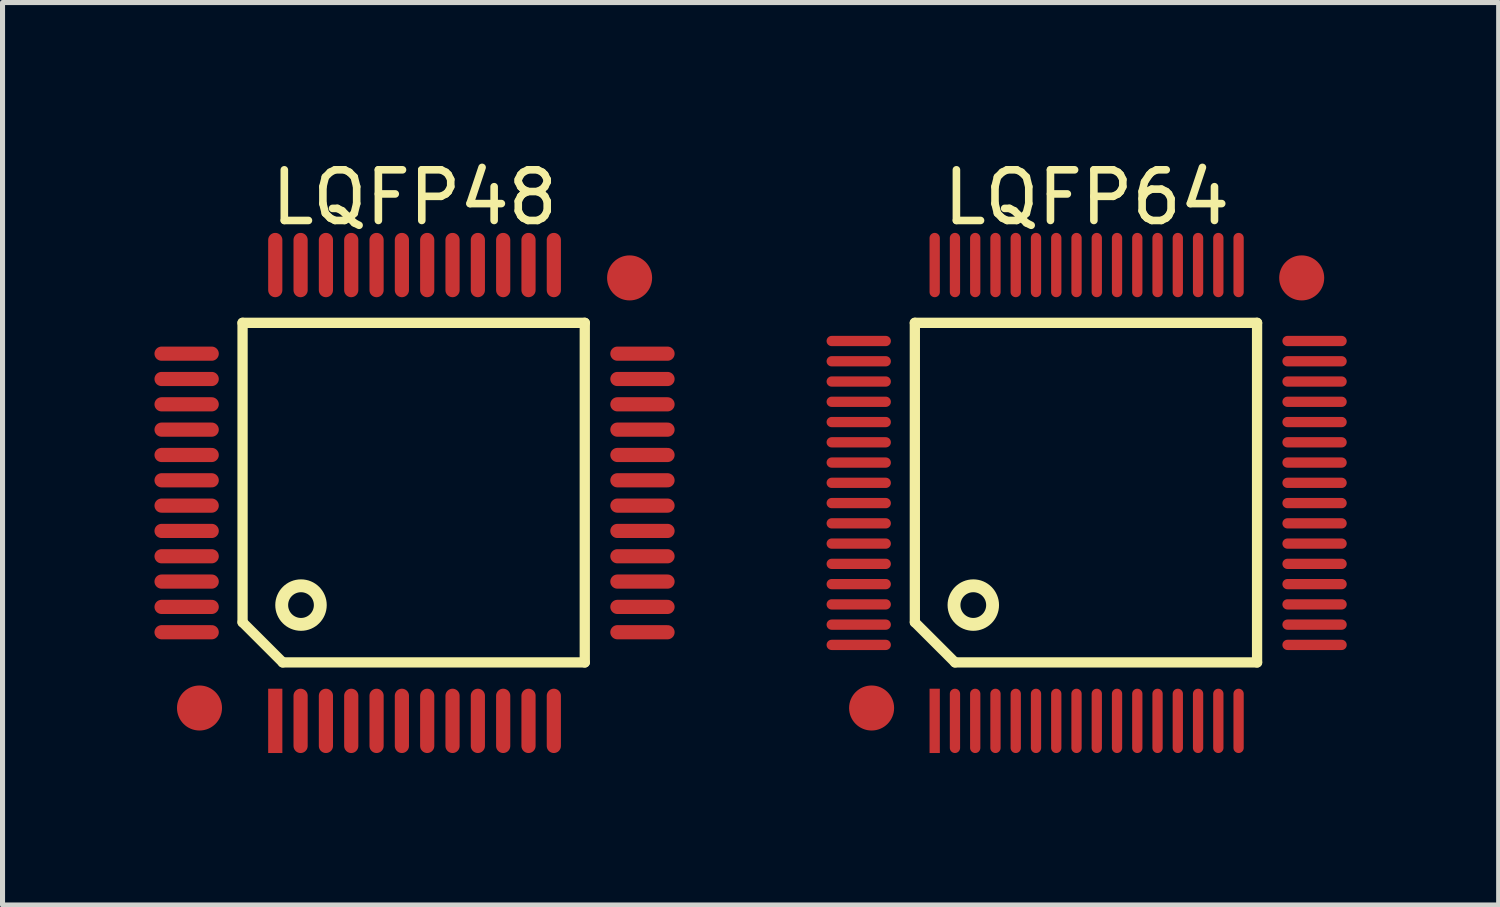
<source format=kicad_pcb>
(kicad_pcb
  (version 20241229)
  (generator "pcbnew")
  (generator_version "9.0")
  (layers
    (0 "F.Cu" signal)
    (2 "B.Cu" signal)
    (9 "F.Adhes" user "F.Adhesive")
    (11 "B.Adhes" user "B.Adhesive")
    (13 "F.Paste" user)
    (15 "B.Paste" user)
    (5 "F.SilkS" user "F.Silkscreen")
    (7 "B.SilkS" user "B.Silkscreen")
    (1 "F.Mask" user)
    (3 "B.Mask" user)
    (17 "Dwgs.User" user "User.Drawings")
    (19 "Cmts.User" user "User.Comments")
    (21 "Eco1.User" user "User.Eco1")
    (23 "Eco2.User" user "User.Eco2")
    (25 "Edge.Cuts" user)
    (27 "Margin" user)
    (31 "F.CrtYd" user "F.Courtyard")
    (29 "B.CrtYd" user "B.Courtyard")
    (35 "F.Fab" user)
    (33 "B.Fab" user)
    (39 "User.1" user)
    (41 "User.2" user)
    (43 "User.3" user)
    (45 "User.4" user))
  (footprint "LQFP48"
    (layer "F.Cu")
    (at 2.385 11.183)
    (property "Reference" "LQFP48" (at 2.75 -10.335 0) (layer "F.SilkS") (effects (font (size 1 1) (thickness 0.15))))
    (fp_line (start -0.646 -7.859) (end 6.111 -7.859) (stroke (width 0.203) (type solid)) (layer "F.SilkS"))
    (fp_line (start -0.646 -1.947) (end -0.646 -7.859) (stroke (width 0.203) (type solid)) (layer "F.SilkS"))
    (fp_line (start -0.646 -1.947) (end 0.148 -1.154) (stroke (width 0.2) (type solid)) (layer "F.SilkS"))
    (fp_line (start 0.148 -1.154) (end 6.111 -1.154) (stroke (width 0.203) (type solid)) (layer "F.SilkS"))
    (fp_line (start 6.111 -1.154) (end 6.111 -7.859) (stroke (width 0.203) (type solid)) (layer "F.SilkS"))
    (fp_circle (center 0.508 -2.286) (end 0.508 -2.667) (stroke (width 0.254) (type solid)) (fill no) (layer "F.SilkS"))
    (pad "0" smd circle (at -1.496 -0.254) (size 0.889 0.889) (layers "F.Cu" "F.Mask" "F.Paste"))
    (pad "0" smd circle (at 6.996 -8.746) (size 0.889 0.889) (layers "F.Cu" "F.Mask" "F.Paste"))
    (pad "1" smd rect (at 0 0) (size 0.28 1.27) (layers "F.Cu" "F.Mask" "F.Paste"))
    (pad "2" smd oval (at 0.5 0) (size 0.28 1.27) (layers "F.Cu" "F.Mask" "F.Paste"))
    (pad "3" smd oval (at 1 0) (size 0.28 1.27) (layers "F.Cu" "F.Mask" "F.Paste"))
    (pad "4" smd oval (at 1.5 0) (size 0.28 1.27) (layers "F.Cu" "F.Mask" "F.Paste"))
    (pad "5" smd oval (at 2 0) (size 0.28 1.27) (layers "F.Cu" "F.Mask" "F.Paste"))
    (pad "6" smd oval (at 2.5 0) (size 0.28 1.27) (layers "F.Cu" "F.Mask" "F.Paste"))
    (pad "7" smd oval (at 3 0) (size 0.28 1.27) (layers "F.Cu" "F.Mask" "F.Paste"))
    (pad "8" smd oval (at 3.5 0) (size 0.28 1.27) (layers "F.Cu" "F.Mask" "F.Paste"))
    (pad "9" smd oval (at 4 0) (size 0.28 1.27) (layers "F.Cu" "F.Mask" "F.Paste"))
    (pad "10" smd oval (at 4.5 0) (size 0.28 1.27) (layers "F.Cu" "F.Mask" "F.Paste"))
    (pad "11" smd oval (at 5 0) (size 0.28 1.27) (layers "F.Cu" "F.Mask" "F.Paste"))
    (pad "12" smd oval (at 5.5 0) (size 0.28 1.27) (layers "F.Cu" "F.Mask" "F.Paste"))
    (pad "13" smd oval (at 7.25 -1.75 90) (size 0.28 1.27) (layers "F.Cu" "F.Mask" "F.Paste"))
    (pad "14" smd oval (at 7.25 -2.25 90) (size 0.28 1.27) (layers "F.Cu" "F.Mask" "F.Paste"))
    (pad "15" smd oval (at 7.25 -2.75 90) (size 0.28 1.27) (layers "F.Cu" "F.Mask" "F.Paste"))
    (pad "16" smd oval (at 7.25 -3.25 90) (size 0.28 1.27) (layers "F.Cu" "F.Mask" "F.Paste"))
    (pad "17" smd oval (at 7.25 -3.75 90) (size 0.28 1.27) (layers "F.Cu" "F.Mask" "F.Paste"))
    (pad "18" smd oval (at 7.25 -4.25 90) (size 0.28 1.27) (layers "F.Cu" "F.Mask" "F.Paste"))
    (pad "19" smd oval (at 7.25 -4.75 90) (size 0.28 1.27) (layers "F.Cu" "F.Mask" "F.Paste"))
    (pad "20" smd oval (at 7.25 -5.25 90) (size 0.28 1.27) (layers "F.Cu" "F.Mask" "F.Paste"))
    (pad "21" smd oval (at 7.25 -5.75 90) (size 0.28 1.27) (layers "F.Cu" "F.Mask" "F.Paste"))
    (pad "22" smd oval (at 7.25 -6.25 90) (size 0.28 1.27) (layers "F.Cu" "F.Mask" "F.Paste"))
    (pad "23" smd oval (at 7.25 -6.75 90) (size 0.28 1.27) (layers "F.Cu" "F.Mask" "F.Paste"))
    (pad "24" smd oval (at 7.25 -7.25 90) (size 0.28 1.27) (layers "F.Cu" "F.Mask" "F.Paste"))
    (pad "25" smd oval (at 5.5 -9) (size 0.28 1.27) (layers "F.Cu" "F.Mask" "F.Paste"))
    (pad "26" smd oval (at 5 -9) (size 0.28 1.27) (layers "F.Cu" "F.Mask" "F.Paste"))
    (pad "27" smd oval (at 4.5 -9) (size 0.28 1.27) (layers "F.Cu" "F.Mask" "F.Paste"))
    (pad "28" smd oval (at 4 -9) (size 0.28 1.27) (layers "F.Cu" "F.Mask" "F.Paste"))
    (pad "29" smd oval (at 3.5 -9) (size 0.28 1.27) (layers "F.Cu" "F.Mask" "F.Paste"))
    (pad "30" smd oval (at 3 -9) (size 0.28 1.27) (layers "F.Cu" "F.Mask" "F.Paste"))
    (pad "31" smd oval (at 2.5 -9) (size 0.28 1.27) (layers "F.Cu" "F.Mask" "F.Paste"))
    (pad "32" smd oval (at 2 -9) (size 0.28 1.27) (layers "F.Cu" "F.Mask" "F.Paste"))
    (pad "33" smd oval (at 1.5 -9) (size 0.28 1.27) (layers "F.Cu" "F.Mask" "F.Paste"))
    (pad "34" smd oval (at 1 -9) (size 0.28 1.27) (layers "F.Cu" "F.Mask" "F.Paste"))
    (pad "35" smd oval (at 0.5 -9) (size 0.28 1.27) (layers "F.Cu" "F.Mask" "F.Paste"))
    (pad "36" smd oval (at 0 -9) (size 0.28 1.27) (layers "F.Cu" "F.Mask" "F.Paste"))
    (pad "37" smd oval (at -1.75 -7.25 90) (size 0.28 1.27) (layers "F.Cu" "F.Mask" "F.Paste"))
    (pad "38" smd oval (at -1.75 -6.75 90) (size 0.28 1.27) (layers "F.Cu" "F.Mask" "F.Paste"))
    (pad "39" smd oval (at -1.75 -6.25 90) (size 0.28 1.27) (layers "F.Cu" "F.Mask" "F.Paste"))
    (pad "40" smd oval (at -1.75 -5.75 90) (size 0.28 1.27) (layers "F.Cu" "F.Mask" "F.Paste"))
    (pad "41" smd oval (at -1.75 -5.25 90) (size 0.28 1.27) (layers "F.Cu" "F.Mask" "F.Paste"))
    (pad "42" smd oval (at -1.75 -4.75 90) (size 0.28 1.27) (layers "F.Cu" "F.Mask" "F.Paste"))
    (pad "43" smd oval (at -1.75 -4.25 90) (size 0.28 1.27) (layers "F.Cu" "F.Mask" "F.Paste"))
    (pad "44" smd oval (at -1.75 -3.75 90) (size 0.28 1.27) (layers "F.Cu" "F.Mask" "F.Paste"))
    (pad "45" smd oval (at -1.75 -3.25 90) (size 0.28 1.27) (layers "F.Cu" "F.Mask" "F.Paste"))
    (pad "46" smd oval (at -1.75 -2.75 90) (size 0.28 1.27) (layers "F.Cu" "F.Mask" "F.Paste"))
    (pad "47" smd oval (at -1.75 -2.25 90) (size 0.28 1.27) (layers "F.Cu" "F.Mask" "F.Paste"))
    (pad "48" smd oval (at -1.75 -1.75 90) (size 0.28 1.27) (layers "F.Cu" "F.Mask" "F.Paste")))
  (footprint "LQFP64"
    (layer "F.Cu")
    (at 15.405 11.183)
    (property "Reference" "LQFP64" (at 3 -10.335 0) (layer "F.SilkS") (effects (font (size 1 1) (thickness 0.15))))
    (fp_line (start -0.392 -7.859) (end 6.365 -7.859) (stroke (width 0.203) (type solid)) (layer "F.SilkS"))
    (fp_line (start -0.392 -1.947) (end -0.392 -7.859) (stroke (width 0.203) (type solid)) (layer "F.SilkS"))
    (fp_line (start -0.392 -1.947) (end 0.402 -1.154) (stroke (width 0.2) (type solid)) (layer "F.SilkS"))
    (fp_line (start 0.402 -1.154) (end 6.365 -1.154) (stroke (width 0.203) (type solid)) (layer "F.SilkS"))
    (fp_line (start 6.365 -1.154) (end 6.365 -7.859) (stroke (width 0.203) (type solid)) (layer "F.SilkS"))
    (fp_circle (center 0.762 -2.286) (end 0.762 -2.667) (stroke (width 0.254) (type solid)) (fill no) (layer "F.SilkS"))
    (pad "0" smd circle (at -1.246 -0.254) (size 0.889 0.889) (layers "F.Cu" "F.Mask" "F.Paste"))
    (pad "0" smd circle (at 7.246 -8.746) (size 0.889 0.889) (layers "F.Cu" "F.Mask" "F.Paste"))
    (pad "1" smd rect (at 0 0 180) (size 0.203 1.27) (layers "F.Cu" "F.Mask" "F.Paste"))
    (pad "2" smd oval (at 0.4 0 180) (size 0.203 1.27) (layers "F.Cu" "F.Mask" "F.Paste"))
    (pad "3" smd oval (at 0.8 0 180) (size 0.203 1.27) (layers "F.Cu" "F.Mask" "F.Paste"))
    (pad "4" smd oval (at 1.2 0 180) (size 0.203 1.27) (layers "F.Cu" "F.Mask" "F.Paste"))
    (pad "5" smd oval (at 1.6 0 180) (size 0.203 1.27) (layers "F.Cu" "F.Mask" "F.Paste"))
    (pad "6" smd oval (at 2 0 180) (size 0.203 1.27) (layers "F.Cu" "F.Mask" "F.Paste"))
    (pad "7" smd oval (at 2.4 0 180) (size 0.203 1.27) (layers "F.Cu" "F.Mask" "F.Paste"))
    (pad "8" smd oval (at 2.8 0 180) (size 0.203 1.27) (layers "F.Cu" "F.Mask" "F.Paste"))
    (pad "9" smd oval (at 3.2 0 180) (size 0.203 1.27) (layers "F.Cu" "F.Mask" "F.Paste"))
    (pad "10" smd oval (at 3.6 0 180) (size 0.203 1.27) (layers "F.Cu" "F.Mask" "F.Paste"))
    (pad "11" smd oval (at 4 0 180) (size 0.203 1.27) (layers "F.Cu" "F.Mask" "F.Paste"))
    (pad "12" smd oval (at 4.4 0 180) (size 0.203 1.27) (layers "F.Cu" "F.Mask" "F.Paste"))
    (pad "13" smd oval (at 4.8 0 180) (size 0.203 1.27) (layers "F.Cu" "F.Mask" "F.Paste"))
    (pad "14" smd oval (at 5.2 0 180) (size 0.203 1.27) (layers "F.Cu" "F.Mask" "F.Paste"))
    (pad "15" smd oval (at 5.6 0 180) (size 0.203 1.27) (layers "F.Cu" "F.Mask" "F.Paste"))
    (pad "16" smd oval (at 6 0 180) (size 0.203 1.27) (layers "F.Cu" "F.Mask" "F.Paste"))
    (pad "17" smd oval (at 7.5 -1.5 90) (size 0.203 1.27) (layers "F.Cu" "F.Mask" "F.Paste"))
    (pad "18" smd oval (at 7.5 -1.9 90) (size 0.203 1.27) (layers "F.Cu" "F.Mask" "F.Paste"))
    (pad "19" smd oval (at 7.5 -2.3 90) (size 0.203 1.27) (layers "F.Cu" "F.Mask" "F.Paste"))
    (pad "20" smd oval (at 7.5 -2.7 90) (size 0.203 1.27) (layers "F.Cu" "F.Mask" "F.Paste"))
    (pad "21" smd oval (at 7.5 -3.1 90) (size 0.203 1.27) (layers "F.Cu" "F.Mask" "F.Paste"))
    (pad "22" smd oval (at 7.5 -3.5 90) (size 0.203 1.27) (layers "F.Cu" "F.Mask" "F.Paste"))
    (pad "23" smd oval (at 7.5 -3.9 90) (size 0.203 1.27) (layers "F.Cu" "F.Mask" "F.Paste"))
    (pad "24" smd oval (at 7.5 -4.3 90) (size 0.203 1.27) (layers "F.Cu" "F.Mask" "F.Paste"))
    (pad "25" smd oval (at 7.5 -4.7 90) (size 0.203 1.27) (layers "F.Cu" "F.Mask" "F.Paste"))
    (pad "26" smd oval (at 7.5 -5.1 90) (size 0.203 1.27) (layers "F.Cu" "F.Mask" "F.Paste"))
    (pad "27" smd oval (at 7.5 -5.5 90) (size 0.203 1.27) (layers "F.Cu" "F.Mask" "F.Paste"))
    (pad "28" smd oval (at 7.5 -5.9 90) (size 0.203 1.27) (layers "F.Cu" "F.Mask" "F.Paste"))
    (pad "29" smd oval (at 7.5 -6.3 90) (size 0.203 1.27) (layers "F.Cu" "F.Mask" "F.Paste"))
    (pad "30" smd oval (at 7.5 -6.7 90) (size 0.203 1.27) (layers "F.Cu" "F.Mask" "F.Paste"))
    (pad "31" smd oval (at 7.5 -7.1 90) (size 0.203 1.27) (layers "F.Cu" "F.Mask" "F.Paste"))
    (pad "32" smd oval (at 7.5 -7.5 90) (size 0.203 1.27) (layers "F.Cu" "F.Mask" "F.Paste"))
    (pad "33" smd oval (at 6 -9 180) (size 0.203 1.27) (layers "F.Cu" "F.Mask" "F.Paste"))
    (pad "34" smd oval (at 5.6 -9 180) (size 0.203 1.27) (layers "F.Cu" "F.Mask" "F.Paste"))
    (pad "35" smd oval (at 5.2 -9 180) (size 0.203 1.27) (layers "F.Cu" "F.Mask" "F.Paste"))
    (pad "36" smd oval (at 4.8 -9 180) (size 0.203 1.27) (layers "F.Cu" "F.Mask" "F.Paste"))
    (pad "37" smd oval (at 4.4 -9 180) (size 0.203 1.27) (layers "F.Cu" "F.Mask" "F.Paste"))
    (pad "38" smd oval (at 4 -9 180) (size 0.203 1.27) (layers "F.Cu" "F.Mask" "F.Paste"))
    (pad "39" smd oval (at 3.6 -9 180) (size 0.203 1.27) (layers "F.Cu" "F.Mask" "F.Paste"))
    (pad "40" smd oval (at 3.2 -9 180) (size 0.203 1.27) (layers "F.Cu" "F.Mask" "F.Paste"))
    (pad "41" smd oval (at 2.8 -9 180) (size 0.203 1.27) (layers "F.Cu" "F.Mask" "F.Paste"))
    (pad "42" smd oval (at 2.4 -9 180) (size 0.203 1.27) (layers "F.Cu" "F.Mask" "F.Paste"))
    (pad "43" smd oval (at 2 -9 180) (size 0.203 1.27) (layers "F.Cu" "F.Mask" "F.Paste"))
    (pad "44" smd oval (at 1.6 -9 180) (size 0.203 1.27) (layers "F.Cu" "F.Mask" "F.Paste"))
    (pad "45" smd oval (at 1.2 -9 180) (size 0.203 1.27) (layers "F.Cu" "F.Mask" "F.Paste"))
    (pad "46" smd oval (at 0.8 -9 180) (size 0.203 1.27) (layers "F.Cu" "F.Mask" "F.Paste"))
    (pad "47" smd oval (at 0.4 -9 180) (size 0.203 1.27) (layers "F.Cu" "F.Mask" "F.Paste"))
    (pad "48" smd oval (at 0 -9 180) (size 0.203 1.27) (layers "F.Cu" "F.Mask" "F.Paste"))
    (pad "49" smd oval (at -1.5 -7.5 90) (size 0.203 1.27) (layers "F.Cu" "F.Mask" "F.Paste"))
    (pad "50" smd oval (at -1.5 -7.1 90) (size 0.203 1.27) (layers "F.Cu" "F.Mask" "F.Paste"))
    (pad "51" smd oval (at -1.5 -6.7 90) (size 0.203 1.27) (layers "F.Cu" "F.Mask" "F.Paste"))
    (pad "52" smd oval (at -1.5 -6.3 90) (size 0.203 1.27) (layers "F.Cu" "F.Mask" "F.Paste"))
    (pad "53" smd oval (at -1.5 -5.9 90) (size 0.203 1.27) (layers "F.Cu" "F.Mask" "F.Paste"))
    (pad "54" smd oval (at -1.5 -5.5 90) (size 0.203 1.27) (layers "F.Cu" "F.Mask" "F.Paste"))
    (pad "55" smd oval (at -1.5 -5.1 90) (size 0.203 1.27) (layers "F.Cu" "F.Mask" "F.Paste"))
    (pad "56" smd oval (at -1.5 -4.7 90) (size 0.203 1.27) (layers "F.Cu" "F.Mask" "F.Paste"))
    (pad "57" smd oval (at -1.5 -4.3 90) (size 0.203 1.27) (layers "F.Cu" "F.Mask" "F.Paste"))
    (pad "58" smd oval (at -1.5 -3.9 90) (size 0.203 1.27) (layers "F.Cu" "F.Mask" "F.Paste"))
    (pad "59" smd oval (at -1.5 -3.5 90) (size 0.203 1.27) (layers "F.Cu" "F.Mask" "F.Paste"))
    (pad "60" smd oval (at -1.5 -3.1 90) (size 0.203 1.27) (layers "F.Cu" "F.Mask" "F.Paste"))
    (pad "61" smd oval (at -1.5 -2.7 90) (size 0.203 1.27) (layers "F.Cu" "F.Mask" "F.Paste"))
    (pad "62" smd oval (at -1.5 -2.3 90) (size 0.203 1.27) (layers "F.Cu" "F.Mask" "F.Paste"))
    (pad "63" smd oval (at -1.5 -1.9 90) (size 0.203 1.27) (layers "F.Cu" "F.Mask" "F.Paste"))
    (pad "64" smd oval (at -1.5 -1.5 90) (size 0.203 1.27) (layers "F.Cu" "F.Mask" "F.Paste")))
  (gr_rect
    (start -3 -3)
    (end 26.54 14.818)
    (stroke (width 0.1) (type default))
    (fill no)
    (layer "Edge.Cuts")))
</source>
